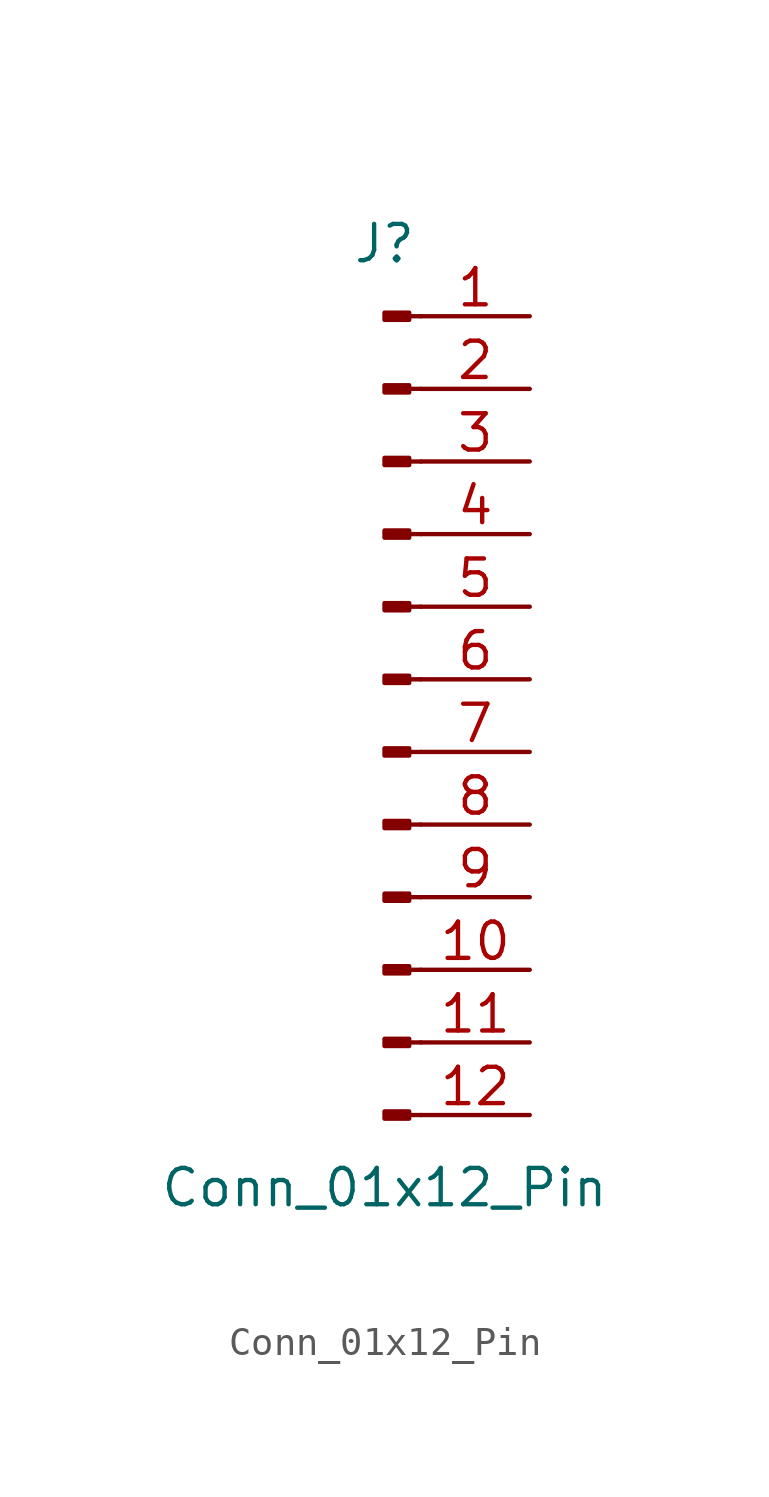
<source format=kicad_sym>
(kicad_symbol_lib
  (version 20231120)
  (generator "kicad_symbol_editor")
  (generator_version "8.0")
  (symbol "Conn_01x12_Pin"
    (pin_names
      (offset 1.016) hide)
    (property "Reference" "J"
      (at 0 15.24 0)
      (effects (font (size 1.27 1.27))))
    (property "Value" "Conn_01x12_Pin"
      (at 0 -17.78 0)
      (effects (font (size 1.27 1.27))))
    (property "ki_locked" ""
      (at 0 0 0)
      (effects (font (size 1.27 1.27))))
    (symbol "Conn_01x12_Pin_1_1"
      (polyline (pts (xy 1.27 -15.24) (xy 0.864 -15.24)) (stroke (width 0.152) (type default)) (fill (type none)))
      (polyline (pts (xy 1.27 -12.7) (xy 0.864 -12.7)) (stroke (width 0.152) (type default)) (fill (type none)))
      (polyline (pts (xy 1.27 -10.16) (xy 0.864 -10.16)) (stroke (width 0.152) (type default)) (fill (type none)))
      (polyline (pts (xy 1.27 -7.62) (xy 0.864 -7.62)) (stroke (width 0.152) (type default)) (fill (type none)))
      (polyline (pts (xy 1.27 -5.08) (xy 0.864 -5.08)) (stroke (width 0.152) (type default)) (fill (type none)))
      (polyline (pts (xy 1.27 -2.54) (xy 0.864 -2.54)) (stroke (width 0.152) (type default)) (fill (type none)))
      (polyline (pts (xy 1.27 0) (xy 0.864 0)) (stroke (width 0.152) (type default)) (fill (type none)))
      (polyline (pts (xy 1.27 2.54) (xy 0.864 2.54)) (stroke (width 0.152) (type default)) (fill (type none)))
      (polyline (pts (xy 1.27 5.08) (xy 0.864 5.08)) (stroke (width 0.152) (type default)) (fill (type none)))
      (polyline (pts (xy 1.27 7.62) (xy 0.864 7.62)) (stroke (width 0.152) (type default)) (fill (type none)))
      (polyline (pts (xy 1.27 10.16) (xy 0.864 10.16)) (stroke (width 0.152) (type default)) (fill (type none)))
      (polyline (pts (xy 1.27 12.7) (xy 0.864 12.7)) (stroke (width 0.152) (type default)) (fill (type none)))
      (rectangle (start 0.864 -15.113) (end 0 -15.367) (stroke (width 0.152) (type default)) (fill (type outline)))
      (rectangle (start 0.864 -12.573) (end 0 -12.827) (stroke (width 0.152) (type default)) (fill (type outline)))
      (rectangle (start 0.864 -10.033) (end 0 -10.287) (stroke (width 0.152) (type default)) (fill (type outline)))
      (rectangle (start 0.864 -7.493) (end 0 -7.747) (stroke (width 0.152) (type default)) (fill (type outline)))
      (rectangle (start 0.864 -4.953) (end 0 -5.207) (stroke (width 0.152) (type default)) (fill (type outline)))
      (rectangle (start 0.864 -2.413) (end 0 -2.667) (stroke (width 0.152) (type default)) (fill (type outline)))
      (rectangle (start 0.864 0.127) (end 0 -0.127) (stroke (width 0.152) (type default)) (fill (type outline)))
      (rectangle (start 0.864 2.667) (end 0 2.413) (stroke (width 0.152) (type default)) (fill (type outline)))
      (rectangle (start 0.864 5.207) (end 0 4.953) (stroke (width 0.152) (type default)) (fill (type outline)))
      (rectangle (start 0.864 7.747) (end 0 7.493) (stroke (width 0.152) (type default)) (fill (type outline)))
      (rectangle (start 0.864 10.287) (end 0 10.033) (stroke (width 0.152) (type default)) (fill (type outline)))
      (rectangle (start 0.864 12.827) (end 0 12.573) (stroke (width 0.152) (type default)) (fill (type outline)))
      (pin passive line (at 5.08 12.7 180) (length 3.81) (name "Pin_1" (effects (font (size 1.27 1.27)))) (number "1" (effects (font (size 1.27 1.27)))))
      (pin passive line (at 5.08 -10.16 180) (length 3.81) (name "Pin_10" (effects (font (size 1.27 1.27)))) (number "10" (effects (font (size 1.27 1.27)))))
      (pin passive line (at 5.08 -12.7 180) (length 3.81) (name "Pin_11" (effects (font (size 1.27 1.27)))) (number "11" (effects (font (size 1.27 1.27)))))
      (pin passive line (at 5.08 -15.24 180) (length 3.81) (name "Pin_12" (effects (font (size 1.27 1.27)))) (number "12" (effects (font (size 1.27 1.27)))))
      (pin passive line (at 5.08 10.16 180) (length 3.81) (name "Pin_2" (effects (font (size 1.27 1.27)))) (number "2" (effects (font (size 1.27 1.27)))))
      (pin passive line (at 5.08 7.62 180) (length 3.81) (name "Pin_3" (effects (font (size 1.27 1.27)))) (number "3" (effects (font (size 1.27 1.27)))))
      (pin passive line (at 5.08 5.08 180) (length 3.81) (name "Pin_4" (effects (font (size 1.27 1.27)))) (number "4" (effects (font (size 1.27 1.27)))))
      (pin passive line (at 5.08 2.54 180) (length 3.81) (name "Pin_5" (effects (font (size 1.27 1.27)))) (number "5" (effects (font (size 1.27 1.27)))))
      (pin passive line (at 5.08 0 180) (length 3.81) (name "Pin_6" (effects (font (size 1.27 1.27)))) (number "6" (effects (font (size 1.27 1.27)))))
      (pin passive line (at 5.08 -2.54 180) (length 3.81) (name "Pin_7" (effects (font (size 1.27 1.27)))) (number "7" (effects (font (size 1.27 1.27)))))
      (pin passive line (at 5.08 -5.08 180) (length 3.81) (name "Pin_8" (effects (font (size 1.27 1.27)))) (number "8" (effects (font (size 1.27 1.27)))))
      (pin passive line (at 5.08 -7.62 180) (length 3.81) (name "Pin_9" (effects (font (size 1.27 1.27)))) (number "9" (effects (font (size 1.27 1.27))))))))
</source>
